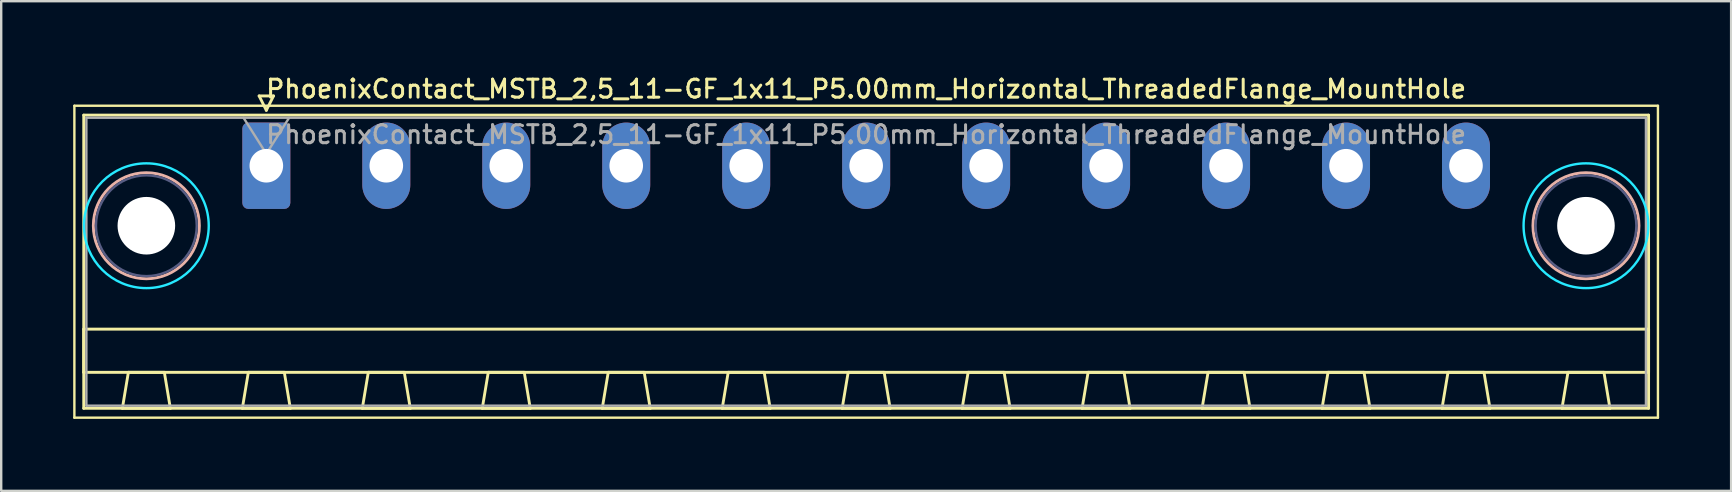
<source format=kicad_pcb>
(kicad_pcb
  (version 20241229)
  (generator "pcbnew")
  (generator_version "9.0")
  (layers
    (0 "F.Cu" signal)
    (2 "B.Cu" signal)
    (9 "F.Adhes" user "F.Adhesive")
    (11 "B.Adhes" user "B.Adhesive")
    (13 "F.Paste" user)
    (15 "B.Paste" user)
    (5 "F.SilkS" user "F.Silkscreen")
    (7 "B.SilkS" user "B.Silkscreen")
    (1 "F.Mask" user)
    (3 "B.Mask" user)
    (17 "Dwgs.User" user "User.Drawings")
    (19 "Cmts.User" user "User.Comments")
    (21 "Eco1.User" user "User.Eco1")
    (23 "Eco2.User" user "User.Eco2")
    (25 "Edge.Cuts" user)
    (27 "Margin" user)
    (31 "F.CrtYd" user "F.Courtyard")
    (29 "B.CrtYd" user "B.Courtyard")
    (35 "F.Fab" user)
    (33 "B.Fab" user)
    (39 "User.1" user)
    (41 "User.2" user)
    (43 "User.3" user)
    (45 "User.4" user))
  (footprint "PhoenixContact_MSTB_2,5_11-GF_1x11_P5.00mm_Horizontal_ThreadedFlange_MountHole"
    (layer "F.Cu")
    (at 8.05 3.858)
    (property "Reference" "PhoenixContact_MSTB_2,5_11-GF_1x11_P5.00mm_Horizontal_ThreadedFlange_MountHole" (at 25 -3.2 0) (layer "F.SilkS") (effects (font (size 0.75 0.75) (thickness 0.125))))
    (attr through_hole)
    (fp_line (start -8 -2.5) (end -8 10.5) (stroke (width 0.1) (type solid)) (layer "F.SilkS"))
    (fp_line (start -8 10.5) (end 58 10.5) (stroke (width 0.1) (type solid)) (layer "F.SilkS"))
    (fp_line (start -7.61 -2.11) (end -7.61 10.11) (stroke (width 0.12) (type solid)) (layer "F.SilkS"))
    (fp_line (start -7.61 6.81) (end 57.61 6.81) (stroke (width 0.12) (type solid)) (layer "F.SilkS"))
    (fp_line (start -7.61 8.61) (end -7.61 6.81) (stroke (width 0.12) (type solid)) (layer "F.SilkS"))
    (fp_line (start -7.61 10.11) (end 57.61 10.11) (stroke (width 0.12) (type solid)) (layer "F.SilkS"))
    (fp_line (start -6 10.11) (end -4 10.11) (stroke (width 0.12) (type solid)) (layer "F.SilkS"))
    (fp_line (start -5.75 8.61) (end -6 10.11) (stroke (width 0.12) (type solid)) (layer "F.SilkS"))
    (fp_line (start -4.25 8.61) (end -5.75 8.61) (stroke (width 0.12) (type solid)) (layer "F.SilkS"))
    (fp_line (start -4 10.11) (end -4.25 8.61) (stroke (width 0.12) (type solid)) (layer "F.SilkS"))
    (fp_line (start -1 10.11) (end 1 10.11) (stroke (width 0.12) (type solid)) (layer "F.SilkS"))
    (fp_line (start -0.75 8.61) (end -1 10.11) (stroke (width 0.12) (type solid)) (layer "F.SilkS"))
    (fp_line (start -0.3 -2.91) (end 0.3 -2.91) (stroke (width 0.12) (type solid)) (layer "F.SilkS"))
    (fp_line (start 0 -2.31) (end -0.3 -2.91) (stroke (width 0.12) (type solid)) (layer "F.SilkS"))
    (fp_line (start 0.3 -2.91) (end 0 -2.31) (stroke (width 0.12) (type solid)) (layer "F.SilkS"))
    (fp_line (start 0.75 8.61) (end -0.75 8.61) (stroke (width 0.12) (type solid)) (layer "F.SilkS"))
    (fp_line (start 1 10.11) (end 0.75 8.61) (stroke (width 0.12) (type solid)) (layer "F.SilkS"))
    (fp_line (start 4 10.11) (end 6 10.11) (stroke (width 0.12) (type solid)) (layer "F.SilkS"))
    (fp_line (start 4.25 8.61) (end 4 10.11) (stroke (width 0.12) (type solid)) (layer "F.SilkS"))
    (fp_line (start 5.75 8.61) (end 4.25 8.61) (stroke (width 0.12) (type solid)) (layer "F.SilkS"))
    (fp_line (start 6 10.11) (end 5.75 8.61) (stroke (width 0.12) (type solid)) (layer "F.SilkS"))
    (fp_line (start 9 10.11) (end 11 10.11) (stroke (width 0.12) (type solid)) (layer "F.SilkS"))
    (fp_line (start 9.25 8.61) (end 9 10.11) (stroke (width 0.12) (type solid)) (layer "F.SilkS"))
    (fp_line (start 10.75 8.61) (end 9.25 8.61) (stroke (width 0.12) (type solid)) (layer "F.SilkS"))
    (fp_line (start 11 10.11) (end 10.75 8.61) (stroke (width 0.12) (type solid)) (layer "F.SilkS"))
    (fp_line (start 14 10.11) (end 16 10.11) (stroke (width 0.12) (type solid)) (layer "F.SilkS"))
    (fp_line (start 14.25 8.61) (end 14 10.11) (stroke (width 0.12) (type solid)) (layer "F.SilkS"))
    (fp_line (start 15.75 8.61) (end 14.25 8.61) (stroke (width 0.12) (type solid)) (layer "F.SilkS"))
    (fp_line (start 16 10.11) (end 15.75 8.61) (stroke (width 0.12) (type solid)) (layer "F.SilkS"))
    (fp_line (start 19 10.11) (end 21 10.11) (stroke (width 0.12) (type solid)) (layer "F.SilkS"))
    (fp_line (start 19.25 8.61) (end 19 10.11) (stroke (width 0.12) (type solid)) (layer "F.SilkS"))
    (fp_line (start 20.75 8.61) (end 19.25 8.61) (stroke (width 0.12) (type solid)) (layer "F.SilkS"))
    (fp_line (start 21 10.11) (end 20.75 8.61) (stroke (width 0.12) (type solid)) (layer "F.SilkS"))
    (fp_line (start 24 10.11) (end 26 10.11) (stroke (width 0.12) (type solid)) (layer "F.SilkS"))
    (fp_line (start 24.25 8.61) (end 24 10.11) (stroke (width 0.12) (type solid)) (layer "F.SilkS"))
    (fp_line (start 25.75 8.61) (end 24.25 8.61) (stroke (width 0.12) (type solid)) (layer "F.SilkS"))
    (fp_line (start 26 10.11) (end 25.75 8.61) (stroke (width 0.12) (type solid)) (layer "F.SilkS"))
    (fp_line (start 29 10.11) (end 31 10.11) (stroke (width 0.12) (type solid)) (layer "F.SilkS"))
    (fp_line (start 29.25 8.61) (end 29 10.11) (stroke (width 0.12) (type solid)) (layer "F.SilkS"))
    (fp_line (start 30.75 8.61) (end 29.25 8.61) (stroke (width 0.12) (type solid)) (layer "F.SilkS"))
    (fp_line (start 31 10.11) (end 30.75 8.61) (stroke (width 0.12) (type solid)) (layer "F.SilkS"))
    (fp_line (start 34 10.11) (end 36 10.11) (stroke (width 0.12) (type solid)) (layer "F.SilkS"))
    (fp_line (start 34.25 8.61) (end 34 10.11) (stroke (width 0.12) (type solid)) (layer "F.SilkS"))
    (fp_line (start 35.75 8.61) (end 34.25 8.61) (stroke (width 0.12) (type solid)) (layer "F.SilkS"))
    (fp_line (start 36 10.11) (end 35.75 8.61) (stroke (width 0.12) (type solid)) (layer "F.SilkS"))
    (fp_line (start 39 10.11) (end 41 10.11) (stroke (width 0.12) (type solid)) (layer "F.SilkS"))
    (fp_line (start 39.25 8.61) (end 39 10.11) (stroke (width 0.12) (type solid)) (layer "F.SilkS"))
    (fp_line (start 40.75 8.61) (end 39.25 8.61) (stroke (width 0.12) (type solid)) (layer "F.SilkS"))
    (fp_line (start 41 10.11) (end 40.75 8.61) (stroke (width 0.12) (type solid)) (layer "F.SilkS"))
    (fp_line (start 44 10.11) (end 46 10.11) (stroke (width 0.12) (type solid)) (layer "F.SilkS"))
    (fp_line (start 44.25 8.61) (end 44 10.11) (stroke (width 0.12) (type solid)) (layer "F.SilkS"))
    (fp_line (start 45.75 8.61) (end 44.25 8.61) (stroke (width 0.12) (type solid)) (layer "F.SilkS"))
    (fp_line (start 46 10.11) (end 45.75 8.61) (stroke (width 0.12) (type solid)) (layer "F.SilkS"))
    (fp_line (start 49 10.11) (end 51 10.11) (stroke (width 0.12) (type solid)) (layer "F.SilkS"))
    (fp_line (start 49.25 8.61) (end 49 10.11) (stroke (width 0.12) (type solid)) (layer "F.SilkS"))
    (fp_line (start 50.75 8.61) (end 49.25 8.61) (stroke (width 0.12) (type solid)) (layer "F.SilkS"))
    (fp_line (start 51 10.11) (end 50.75 8.61) (stroke (width 0.12) (type solid)) (layer "F.SilkS"))
    (fp_line (start 54 10.11) (end 56 10.11) (stroke (width 0.12) (type solid)) (layer "F.SilkS"))
    (fp_line (start 54.25 8.61) (end 54 10.11) (stroke (width 0.12) (type solid)) (layer "F.SilkS"))
    (fp_line (start 55.75 8.61) (end 54.25 8.61) (stroke (width 0.12) (type solid)) (layer "F.SilkS"))
    (fp_line (start 56 10.11) (end 55.75 8.61) (stroke (width 0.12) (type solid)) (layer "F.SilkS"))
    (fp_line (start 57.61 -2.11) (end -7.61 -2.11) (stroke (width 0.12) (type solid)) (layer "F.SilkS"))
    (fp_line (start 57.61 6.81) (end 57.61 8.61) (stroke (width 0.12) (type solid)) (layer "F.SilkS"))
    (fp_line (start 57.61 8.61) (end -7.61 8.61) (stroke (width 0.12) (type solid)) (layer "F.SilkS"))
    (fp_line (start 57.61 10.11) (end 57.61 -2.11) (stroke (width 0.12) (type solid)) (layer "F.SilkS"))
    (fp_line (start 58 -2.5) (end -8 -2.5) (stroke (width 0.1) (type solid)) (layer "F.SilkS"))
    (fp_line (start 58 10.5) (end 58 -2.5) (stroke (width 0.1) (type solid)) (layer "F.SilkS"))
    (fp_circle (center -5 2.5) (end -2.79 2.5) (stroke (width 0.12) (type solid)) (fill no) (layer "B.SilkS"))
    (fp_circle (center 55 2.5) (end 57.21 2.5) (stroke (width 0.12) (type solid)) (fill no) (layer "B.SilkS"))
    (fp_circle (center -5 2.5) (end -2.4 2.5) (stroke (width 0.1) (type solid)) (fill no) (layer "B.CrtYd"))
    (fp_circle (center 55 2.5) (end 57.6 2.5) (stroke (width 0.1) (type solid)) (fill no) (layer "B.CrtYd"))
    (fp_circle (center -5 2.5) (end -2.9 2.5) (stroke (width 0.1) (type solid)) (fill no) (layer "B.Fab"))
    (fp_circle (center 55 2.5) (end 57.1 2.5) (stroke (width 0.1) (type solid)) (fill no) (layer "B.Fab"))
    (fp_line (start -7.5 -2) (end -7.5 10) (stroke (width 0.1) (type solid)) (layer "F.Fab"))
    (fp_line (start -7.5 10) (end 57.5 10) (stroke (width 0.1) (type solid)) (layer "F.Fab"))
    (fp_line (start 0 -0.5) (end -0.95 -2) (stroke (width 0.1) (type solid)) (layer "F.Fab"))
    (fp_line (start 0.95 -2) (end 0 -0.5) (stroke (width 0.1) (type solid)) (layer "F.Fab"))
    (fp_line (start 57.5 -2) (end -7.5 -2) (stroke (width 0.1) (type solid)) (layer "F.Fab"))
    (fp_line (start 57.5 10) (end 57.5 -2) (stroke (width 0.1) (type solid)) (layer "F.Fab"))
    (fp_text user "${REFERENCE}" (at 25 -1.3 0) (layer "F.Fab") (effects (font (size 0.75 0.75) (thickness 0.125))))
    (pad "" np_thru_hole circle (at -5 2.5) (size 2.4 2.4) (drill 2.4) (layers "*.Cu" "*.Mask"))
    (pad "" np_thru_hole circle (at 55 2.5) (size 2.4 2.4) (drill 2.4) (layers "*.Cu" "*.Mask"))
    (pad "1" thru_hole roundrect (at 0 0) (size 2 3.6) (drill 1.4) (layers "*.Cu" "*.Mask") (roundrect_rratio 0.125))
    (pad "2" thru_hole oval (at 5 0) (size 2 3.6) (drill 1.4) (layers "*.Cu" "*.Mask"))
    (pad "3" thru_hole oval (at 10 0) (size 2 3.6) (drill 1.4) (layers "*.Cu" "*.Mask"))
    (pad "4" thru_hole oval (at 15 0) (size 2 3.6) (drill 1.4) (layers "*.Cu" "*.Mask"))
    (pad "5" thru_hole oval (at 20 0) (size 2 3.6) (drill 1.4) (layers "*.Cu" "*.Mask"))
    (pad "6" thru_hole oval (at 25 0) (size 2 3.6) (drill 1.4) (layers "*.Cu" "*.Mask"))
    (pad "7" thru_hole oval (at 30 0) (size 2 3.6) (drill 1.4) (layers "*.Cu" "*.Mask"))
    (pad "8" thru_hole oval (at 35 0) (size 2 3.6) (drill 1.4) (layers "*.Cu" "*.Mask"))
    (pad "9" thru_hole oval (at 40 0) (size 2 3.6) (drill 1.4) (layers "*.Cu" "*.Mask"))
    (pad "10" thru_hole oval (at 45 0) (size 2 3.6) (drill 1.4) (layers "*.Cu" "*.Mask"))
    (pad "11" thru_hole oval (at 50 0) (size 2 3.6) (drill 1.4) (layers "*.Cu" "*.Mask")))
  (gr_rect
    (start -3 -3)
    (end 69.1 17.408)
    (stroke (width 0.1) (type default))
    (fill no)
    (layer "Edge.Cuts")))
</source>
